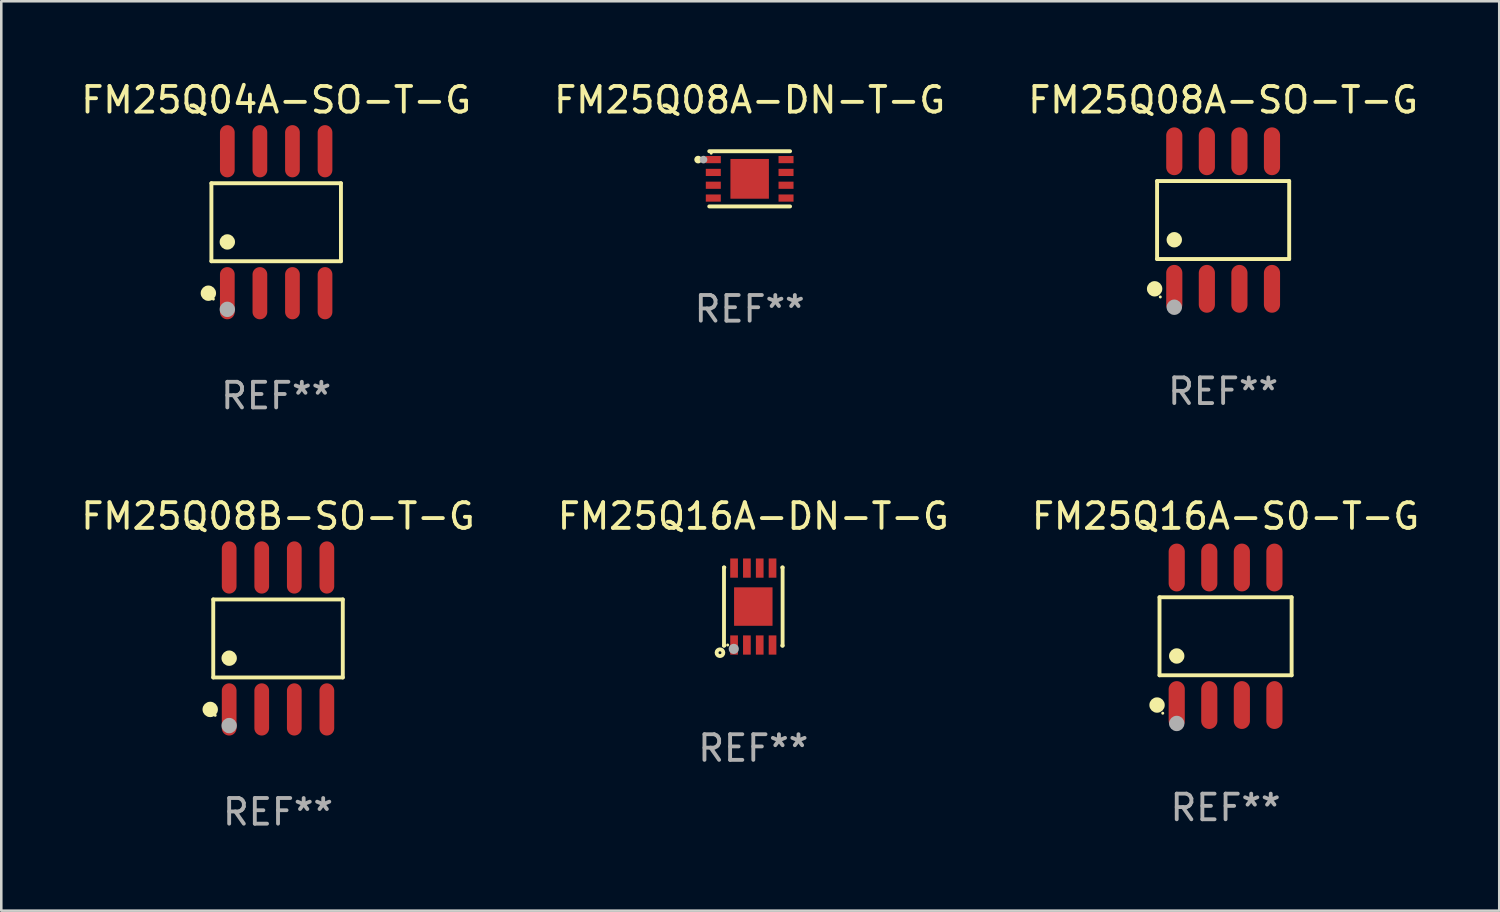
<source format=kicad_pcb>
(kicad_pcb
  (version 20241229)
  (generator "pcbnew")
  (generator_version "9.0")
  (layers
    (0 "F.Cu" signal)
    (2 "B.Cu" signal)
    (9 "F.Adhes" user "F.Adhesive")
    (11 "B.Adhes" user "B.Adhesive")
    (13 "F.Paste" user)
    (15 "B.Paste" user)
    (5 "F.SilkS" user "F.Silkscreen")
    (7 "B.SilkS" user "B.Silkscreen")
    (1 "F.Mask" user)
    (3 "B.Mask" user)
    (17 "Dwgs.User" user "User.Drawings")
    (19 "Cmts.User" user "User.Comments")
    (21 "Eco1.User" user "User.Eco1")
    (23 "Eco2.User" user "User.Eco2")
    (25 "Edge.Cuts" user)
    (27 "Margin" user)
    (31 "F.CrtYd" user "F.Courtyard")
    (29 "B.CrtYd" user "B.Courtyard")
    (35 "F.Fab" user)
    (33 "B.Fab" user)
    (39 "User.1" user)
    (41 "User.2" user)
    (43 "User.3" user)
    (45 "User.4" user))
  (footprint "FM25Q08A-DN-T-G"
    (layer "F.Cu")
    (at 26.185 3.924)
    (property "Reference" "FM25Q08A-DN-T-G" (at 0 -3.076 0) (layer "F.SilkS") (effects (font (size 1 1) (thickness 0.15))))
    (attr through_hole)
    (fp_line (start -1.576 -1.076) (end 1.576 -1.076) (stroke (width 0.152) (type solid)) (layer "F.SilkS"))
    (fp_line (start -1.576 1.076) (end 1.576 1.076) (stroke (width 0.152) (type solid)) (layer "F.SilkS"))
    (fp_circle (center -2.01 -0.75) (end -1.935 -0.75) (stroke (width 0.15) (type solid)) (fill no) (layer "F.SilkS"))
    (fp_circle (center -1.5 -1) (end -1.47 -1) (stroke (width 0.06) (type solid)) (fill no) (layer "F.SilkS"))
    (fp_circle (center -1.8 -0.75) (end -1.725 -0.75) (stroke (width 0.15) (type solid)) (fill no) (layer "F.Fab"))
    (fp_text user "REF**" (at 0 5.076 0) (layer "F.Fab") (effects (font (size 1 1) (thickness 0.15))))
    (pad "1" smd rect (at -1.418 -0.75) (size 0.585 0.28) (layers "F.Cu" "F.Mask" "F.Paste"))
    (pad "2" smd rect (at -1.418 -0.25) (size 0.585 0.28) (layers "F.Cu" "F.Mask" "F.Paste"))
    (pad "3" smd rect (at -1.418 0.25) (size 0.585 0.28) (layers "F.Cu" "F.Mask" "F.Paste"))
    (pad "4" smd rect (at -1.418 0.75) (size 0.585 0.28) (layers "F.Cu" "F.Mask" "F.Paste"))
    (pad "5" smd rect (at 1.418 0.75) (size 0.585 0.28) (layers "F.Cu" "F.Mask" "F.Paste"))
    (pad "6" smd rect (at 1.418 0.25) (size 0.585 0.28) (layers "F.Cu" "F.Mask" "F.Paste"))
    (pad "7" smd rect (at 1.418 -0.25) (size 0.585 0.28) (layers "F.Cu" "F.Mask" "F.Paste"))
    (pad "8" smd rect (at 1.418 -0.75) (size 0.585 0.28) (layers "F.Cu" "F.Mask" "F.Paste"))
    (pad "9" smd rect (at 0 0) (size 1.5 1.55) (layers "F.Cu" "F.Mask" "F.Paste")))
  (footprint "FM25Q08B-SO-T-G"
    (layer "F.Cu")
    (at 7.792 21.848)
    (property "Reference" "FM25Q08B-SO-T-G" (at 0 -4.768 0) (layer "F.SilkS") (effects (font (size 1 1) (thickness 0.15))))
    (attr through_hole)
    (fp_line (start -2.526 -1.521) (end 2.526 -1.521) (stroke (width 0.152) (type solid)) (layer "F.SilkS"))
    (fp_line (start -2.526 1.521) (end -2.526 -1.521) (stroke (width 0.152) (type solid)) (layer "F.SilkS"))
    (fp_line (start 2.526 -1.521) (end 2.526 1.521) (stroke (width 0.152) (type solid)) (layer "F.SilkS"))
    (fp_line (start 2.526 1.521) (end -2.526 1.521) (stroke (width 0.152) (type solid)) (layer "F.SilkS"))
    (fp_circle (center -2.644 2.768) (end -2.494 2.768) (stroke (width 0.3) (type solid)) (fill no) (layer "F.SilkS"))
    (fp_circle (center -2.45 2.998) (end -2.42 2.998) (stroke (width 0.06) (type solid)) (fill no) (layer "F.SilkS"))
    (fp_circle (center -1.905 0.769) (end -1.755 0.769) (stroke (width 0.3) (type solid)) (fill no) (layer "F.SilkS"))
    (fp_circle (center -1.905 3.398) (end -1.755 3.398) (stroke (width 0.3) (type solid)) (fill no) (layer "F.Fab"))
    (fp_text user "REF**" (at 0 6.768 0) (layer "F.Fab") (effects (font (size 1 1) (thickness 0.15))))
    (pad "1" smd oval (at -1.905 2.768) (size 0.574 2.036) (layers "F.Cu" "F.Mask" "F.Paste"))
    (pad "2" smd oval (at -0.635 2.768) (size 0.574 2.036) (layers "F.Cu" "F.Mask" "F.Paste"))
    (pad "3" smd oval (at 0.635 2.768) (size 0.574 2.036) (layers "F.Cu" "F.Mask" "F.Paste"))
    (pad "4" smd oval (at 1.905 2.768) (size 0.574 2.036) (layers "F.Cu" "F.Mask" "F.Paste"))
    (pad "5" smd oval (at 1.905 -2.768) (size 0.574 2.036) (layers "F.Cu" "F.Mask" "F.Paste"))
    (pad "6" smd oval (at 0.635 -2.768) (size 0.574 2.036) (layers "F.Cu" "F.Mask" "F.Paste"))
    (pad "7" smd oval (at -0.635 -2.768) (size 0.574 2.036) (layers "F.Cu" "F.Mask" "F.Paste"))
    (pad "8" smd oval (at -1.905 -2.768) (size 0.574 2.036) (layers "F.Cu" "F.Mask" "F.Paste")))
  (footprint "FM25Q16A-DN-T-G"
    (layer "F.Cu")
    (at 26.327 20.604)
    (property "Reference" "FM25Q16A-DN-T-G" (at 0 -3.524 0) (layer "F.SilkS") (effects (font (size 1 1) (thickness 0.15))))
    (attr through_hole)
    (fp_line (start -1.143 -1.524) (end -1.143 1.524) (stroke (width 0.15) (type solid)) (layer "F.SilkS"))
    (fp_line (start -1.143 1.524) (end -1.129 1.524) (stroke (width 0.15) (type solid)) (layer "F.SilkS"))
    (fp_line (start -1.129 -1.524) (end -1.143 -1.524) (stroke (width 0.15) (type solid)) (layer "F.SilkS"))
    (fp_line (start 1.129 1.524) (end 1.143 1.524) (stroke (width 0.15) (type solid)) (layer "F.SilkS"))
    (fp_line (start 1.143 -1.524) (end 1.129 -1.524) (stroke (width 0.15) (type solid)) (layer "F.SilkS"))
    (fp_line (start 1.143 1.524) (end 1.143 -1.524) (stroke (width 0.15) (type solid)) (layer "F.SilkS"))
    (fp_circle (center -1.3 1.8) (end -1.243 1.8) (stroke (width 0.15) (type solid)) (fill no) (layer "F.SilkS"))
    (fp_circle (center -1 1.5) (end -0.97 1.5) (stroke (width 0.06) (type solid)) (fill no) (layer "F.SilkS"))
    (fp_circle (center -0.762 1.651) (end -0.662 1.651) (stroke (width 0.2) (type solid)) (fill no) (layer "F.Fab"))
    (fp_text user "REF**" (at 0 5.524 0) (layer "F.Fab") (effects (font (size 1 1) (thickness 0.15))))
    (pad "1" smd rect (at -0.75 1.5 90) (size 0.75 0.3) (layers "F.Cu" "F.Mask" "F.Paste"))
    (pad "2" smd rect (at -0.25 1.5 90) (size 0.75 0.3) (layers "F.Cu" "F.Mask" "F.Paste"))
    (pad "3" smd rect (at 0.25 1.5 90) (size 0.75 0.3) (layers "F.Cu" "F.Mask" "F.Paste"))
    (pad "4" smd rect (at 0.75 1.5 90) (size 0.75 0.3) (layers "F.Cu" "F.Mask" "F.Paste"))
    (pad "5" smd rect (at 0.75 -1.5 90) (size 0.75 0.3) (layers "F.Cu" "F.Mask" "F.Paste"))
    (pad "6" smd rect (at 0.25 -1.5 90) (size 0.75 0.3) (layers "F.Cu" "F.Mask" "F.Paste"))
    (pad "7" smd rect (at -0.25 -1.5 90) (size 0.75 0.3) (layers "F.Cu" "F.Mask" "F.Paste"))
    (pad "8" smd rect (at -0.75 -1.5 90) (size 0.75 0.3) (layers "F.Cu" "F.Mask" "F.Paste"))
    (pad "9" smd rect (at -0.000203 0.000457 90) (size 1.5 1.5) (layers "F.Cu" "F.Mask" "F.Paste")))
  (footprint "FM25Q16A-S0-T-G"
    (layer "F.Cu")
    (at 44.744 21.763)
    (property "Reference" "FM25Q16A-S0-T-G" (at 0 -4.682 0) (layer "F.SilkS") (effects (font (size 1 1) (thickness 0.15))))
    (attr through_hole)
    (fp_line (start -2.576 -1.521) (end 2.576 -1.521) (stroke (width 0.152) (type solid)) (layer "F.SilkS"))
    (fp_line (start -2.576 1.521) (end -2.576 -1.521) (stroke (width 0.152) (type solid)) (layer "F.SilkS"))
    (fp_line (start 2.576 -1.521) (end 2.576 1.521) (stroke (width 0.152) (type solid)) (layer "F.SilkS"))
    (fp_line (start 2.576 1.521) (end -2.576 1.521) (stroke (width 0.152) (type solid)) (layer "F.SilkS"))
    (fp_circle (center -2.672 2.682) (end -2.522 2.682) (stroke (width 0.3) (type solid)) (fill no) (layer "F.SilkS"))
    (fp_circle (center -2.45 3) (end -2.42 3) (stroke (width 0.06) (type solid)) (fill no) (layer "F.SilkS"))
    (fp_circle (center -1.905 0.769) (end -1.755 0.769) (stroke (width 0.3) (type solid)) (fill no) (layer "F.SilkS"))
    (fp_circle (center -1.905 3.4) (end -1.755 3.4) (stroke (width 0.3) (type solid)) (fill no) (layer "F.Fab"))
    (fp_text user "REF**" (at 0 6.682 0) (layer "F.Fab") (effects (font (size 1 1) (thickness 0.15))))
    (pad "1" smd oval (at -1.905 2.682) (size 0.63 1.865) (layers "F.Cu" "F.Mask" "F.Paste"))
    (pad "2" smd oval (at -0.635 2.682) (size 0.63 1.865) (layers "F.Cu" "F.Mask" "F.Paste"))
    (pad "3" smd oval (at 0.635 2.682) (size 0.63 1.865) (layers "F.Cu" "F.Mask" "F.Paste"))
    (pad "4" smd oval (at 1.905 2.682) (size 0.63 1.865) (layers "F.Cu" "F.Mask" "F.Paste"))
    (pad "5" smd oval (at 1.905 -2.682) (size 0.63 1.865) (layers "F.Cu" "F.Mask" "F.Paste"))
    (pad "6" smd oval (at 0.635 -2.682) (size 0.63 1.865) (layers "F.Cu" "F.Mask" "F.Paste"))
    (pad "7" smd oval (at -0.635 -2.682) (size 0.63 1.865) (layers "F.Cu" "F.Mask" "F.Paste"))
    (pad "8" smd oval (at -1.905 -2.682) (size 0.63 1.865) (layers "F.Cu" "F.Mask" "F.Paste")))
  (footprint "FM25Q08A-SO-T-G"
    (layer "F.Cu")
    (at 44.649 5.531)
    (property "Reference" "FM25Q08A-SO-T-G" (at 0 -4.682 0) (layer "F.SilkS") (effects (font (size 1 1) (thickness 0.15))))
    (attr through_hole)
    (fp_line (start -2.576 -1.521) (end 2.576 -1.521) (stroke (width 0.152) (type solid)) (layer "F.SilkS"))
    (fp_line (start -2.576 1.521) (end -2.576 -1.521) (stroke (width 0.152) (type solid)) (layer "F.SilkS"))
    (fp_line (start 2.576 -1.521) (end 2.576 1.521) (stroke (width 0.152) (type solid)) (layer "F.SilkS"))
    (fp_line (start 2.576 1.521) (end -2.576 1.521) (stroke (width 0.152) (type solid)) (layer "F.SilkS"))
    (fp_circle (center -2.672 2.682) (end -2.522 2.682) (stroke (width 0.3) (type solid)) (fill no) (layer "F.SilkS"))
    (fp_circle (center -2.45 3) (end -2.42 3) (stroke (width 0.06) (type solid)) (fill no) (layer "F.SilkS"))
    (fp_circle (center -1.905 0.769) (end -1.755 0.769) (stroke (width 0.3) (type solid)) (fill no) (layer "F.SilkS"))
    (fp_circle (center -1.905 3.4) (end -1.755 3.4) (stroke (width 0.3) (type solid)) (fill no) (layer "F.Fab"))
    (fp_text user "REF**" (at 0 6.682 0) (layer "F.Fab") (effects (font (size 1 1) (thickness 0.15))))
    (pad "1" smd oval (at -1.905 2.682) (size 0.63 1.865) (layers "F.Cu" "F.Mask" "F.Paste"))
    (pad "2" smd oval (at -0.635 2.682) (size 0.63 1.865) (layers "F.Cu" "F.Mask" "F.Paste"))
    (pad "3" smd oval (at 0.635 2.682) (size 0.63 1.865) (layers "F.Cu" "F.Mask" "F.Paste"))
    (pad "4" smd oval (at 1.905 2.682) (size 0.63 1.865) (layers "F.Cu" "F.Mask" "F.Paste"))
    (pad "5" smd oval (at 1.905 -2.682) (size 0.63 1.865) (layers "F.Cu" "F.Mask" "F.Paste"))
    (pad "6" smd oval (at 0.635 -2.682) (size 0.63 1.865) (layers "F.Cu" "F.Mask" "F.Paste"))
    (pad "7" smd oval (at -0.635 -2.682) (size 0.63 1.865) (layers "F.Cu" "F.Mask" "F.Paste"))
    (pad "8" smd oval (at -1.905 -2.682) (size 0.63 1.865) (layers "F.Cu" "F.Mask" "F.Paste")))
  (footprint "FM25Q04A-SO-T-G"
    (layer "F.Cu")
    (at 7.72 5.616)
    (property "Reference" "FM25Q04A-SO-T-G" (at 0 -4.768 0) (layer "F.SilkS") (effects (font (size 1 1) (thickness 0.15))))
    (attr through_hole)
    (fp_line (start -2.526 -1.521) (end 2.526 -1.521) (stroke (width 0.152) (type solid)) (layer "F.SilkS"))
    (fp_line (start -2.526 1.521) (end -2.526 -1.521) (stroke (width 0.152) (type solid)) (layer "F.SilkS"))
    (fp_line (start 2.526 -1.521) (end 2.526 1.521) (stroke (width 0.152) (type solid)) (layer "F.SilkS"))
    (fp_line (start 2.526 1.521) (end -2.526 1.521) (stroke (width 0.152) (type solid)) (layer "F.SilkS"))
    (fp_circle (center -2.644 2.768) (end -2.494 2.768) (stroke (width 0.3) (type solid)) (fill no) (layer "F.SilkS"))
    (fp_circle (center -2.45 2.998) (end -2.42 2.998) (stroke (width 0.06) (type solid)) (fill no) (layer "F.SilkS"))
    (fp_circle (center -1.905 0.769) (end -1.755 0.769) (stroke (width 0.3) (type solid)) (fill no) (layer "F.SilkS"))
    (fp_circle (center -1.905 3.398) (end -1.755 3.398) (stroke (width 0.3) (type solid)) (fill no) (layer "F.Fab"))
    (fp_text user "REF**" (at 0 6.768 0) (layer "F.Fab") (effects (font (size 1 1) (thickness 0.15))))
    (pad "1" smd oval (at -1.905 2.768) (size 0.574 2.036) (layers "F.Cu" "F.Mask" "F.Paste"))
    (pad "2" smd oval (at -0.635 2.768) (size 0.574 2.036) (layers "F.Cu" "F.Mask" "F.Paste"))
    (pad "3" smd oval (at 0.635 2.768) (size 0.574 2.036) (layers "F.Cu" "F.Mask" "F.Paste"))
    (pad "4" smd oval (at 1.905 2.768) (size 0.574 2.036) (layers "F.Cu" "F.Mask" "F.Paste"))
    (pad "5" smd oval (at 1.905 -2.768) (size 0.574 2.036) (layers "F.Cu" "F.Mask" "F.Paste"))
    (pad "6" smd oval (at 0.635 -2.768) (size 0.574 2.036) (layers "F.Cu" "F.Mask" "F.Paste"))
    (pad "7" smd oval (at -0.635 -2.768) (size 0.574 2.036) (layers "F.Cu" "F.Mask" "F.Paste"))
    (pad "8" smd oval (at -1.905 -2.768) (size 0.574 2.036) (layers "F.Cu" "F.Mask" "F.Paste")))
  (gr_rect
    (start -3 -3)
    (end 55.417 32.464)
    (stroke (width 0.1) (type default))
    (fill no)
    (layer "Edge.Cuts")))
</source>
